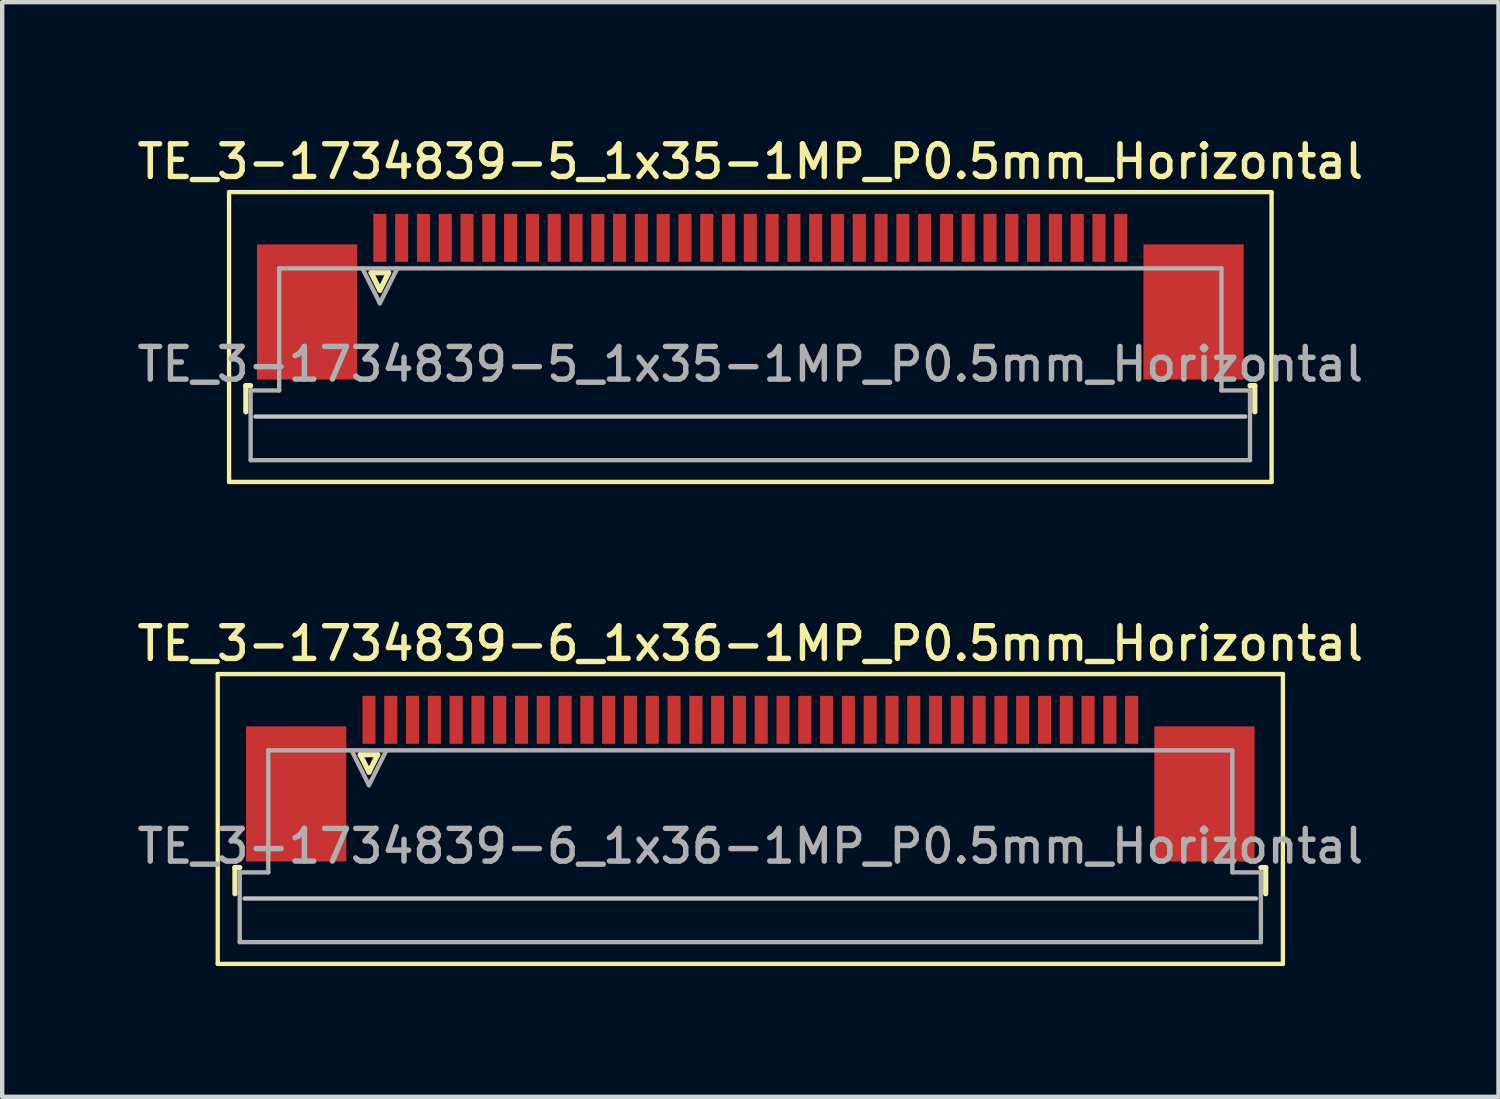
<source format=kicad_pcb>
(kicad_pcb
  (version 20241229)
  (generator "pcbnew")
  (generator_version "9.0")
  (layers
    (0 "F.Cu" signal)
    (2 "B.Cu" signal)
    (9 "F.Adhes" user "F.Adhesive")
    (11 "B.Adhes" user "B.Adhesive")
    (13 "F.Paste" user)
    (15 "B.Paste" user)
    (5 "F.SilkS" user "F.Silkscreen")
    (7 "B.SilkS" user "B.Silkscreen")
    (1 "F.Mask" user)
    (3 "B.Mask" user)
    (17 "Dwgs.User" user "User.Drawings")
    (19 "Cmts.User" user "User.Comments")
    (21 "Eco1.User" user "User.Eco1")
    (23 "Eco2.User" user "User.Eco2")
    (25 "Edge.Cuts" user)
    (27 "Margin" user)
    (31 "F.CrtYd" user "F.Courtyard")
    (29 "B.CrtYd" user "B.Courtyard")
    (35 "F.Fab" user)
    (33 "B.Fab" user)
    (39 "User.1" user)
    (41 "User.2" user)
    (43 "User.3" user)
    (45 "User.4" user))
  (footprint "TE_3-1734839-5_1x35-1MP_P0.5mm_Horizontal"
    (layer "F.Cu")
    (at 14.166 3.758)
    (property "Reference" "TE_3-1734839-5_1x35-1MP_P0.5mm_Horizontal" (at 0 -3.1 0) (layer "F.SilkS") (effects (font (size 0.75 0.75) (thickness 0.125))))
    (attr smd)
    (fp_line (start -11.96 -2.4) (end -11.96 4.25) (stroke (width 0.1) (type solid)) (layer "F.SilkS"))
    (fp_line (start -11.96 4.25) (end 11.96 4.25) (stroke (width 0.1) (type solid)) (layer "F.SilkS"))
    (fp_line (start -11.575 2.04) (end -11.575 2.64) (stroke (width 0.12) (type solid)) (layer "F.SilkS"))
    (fp_line (start -11.465 2.04) (end -11.575 2.04) (stroke (width 0.12) (type solid)) (layer "F.SilkS"))
    (fp_line (start -8.7 -0.55) (end -8.5 -0.15) (stroke (width 0.12) (type solid)) (layer "F.SilkS"))
    (fp_line (start -8.5 -0.15) (end -8.3 -0.55) (stroke (width 0.12) (type solid)) (layer "F.SilkS"))
    (fp_line (start -8.3 -0.55) (end -8.7 -0.55) (stroke (width 0.12) (type solid)) (layer "F.SilkS"))
    (fp_line (start 11.465 2.04) (end 11.575 2.04) (stroke (width 0.12) (type solid)) (layer "F.SilkS"))
    (fp_line (start 11.575 2.04) (end 11.575 2.64) (stroke (width 0.12) (type solid)) (layer "F.SilkS"))
    (fp_line (start 11.96 -2.4) (end -11.96 -2.4) (stroke (width 0.1) (type solid)) (layer "F.SilkS"))
    (fp_line (start 11.96 4.25) (end 11.96 -2.4) (stroke (width 0.1) (type solid)) (layer "F.SilkS"))
    (fp_line (start 11.355 2.75) (end -11.355 2.75) (stroke (width 0.1) (type solid)) (layer "Dwgs.User"))
    (fp_line (start -11.465 2.15) (end -10.81 2.15) (stroke (width 0.1) (type solid)) (layer "F.Fab"))
    (fp_line (start -11.465 3.75) (end -11.465 2.15) (stroke (width 0.1) (type solid)) (layer "F.Fab"))
    (fp_line (start -10.81 -0.65) (end 10.81 -0.65) (stroke (width 0.1) (type solid)) (layer "F.Fab"))
    (fp_line (start -10.81 2.15) (end -10.81 -0.65) (stroke (width 0.1) (type solid)) (layer "F.Fab"))
    (fp_line (start -8.9 -0.65) (end -8.5 0.15) (stroke (width 0.1) (type solid)) (layer "F.Fab"))
    (fp_line (start -8.5 0.15) (end -8.1 -0.65) (stroke (width 0.1) (type solid)) (layer "F.Fab"))
    (fp_line (start 10.81 -0.65) (end 10.81 2.15) (stroke (width 0.1) (type solid)) (layer "F.Fab"))
    (fp_line (start 10.81 2.15) (end 11.465 2.15) (stroke (width 0.1) (type solid)) (layer "F.Fab"))
    (fp_line (start 11.465 2.15) (end 11.465 3.75) (stroke (width 0.1) (type solid)) (layer "F.Fab"))
    (fp_line (start 11.465 3.75) (end -11.465 3.75) (stroke (width 0.1) (type solid)) (layer "F.Fab"))
    (fp_text user "${REFERENCE}" (at 0 1.55 0) (layer "F.Fab") (effects (font (size 0.75 0.75) (thickness 0.125))))
    (pad "1" smd rect (at -8.5 -1.35) (size 0.3 1.1) (layers "F.Cu" "F.Mask" "F.Paste"))
    (pad "2" smd rect (at -8 -1.35) (size 0.3 1.1) (layers "F.Cu" "F.Mask" "F.Paste"))
    (pad "3" smd rect (at -7.5 -1.35) (size 0.3 1.1) (layers "F.Cu" "F.Mask" "F.Paste"))
    (pad "4" smd rect (at -7 -1.35) (size 0.3 1.1) (layers "F.Cu" "F.Mask" "F.Paste"))
    (pad "5" smd rect (at -6.5 -1.35) (size 0.3 1.1) (layers "F.Cu" "F.Mask" "F.Paste"))
    (pad "6" smd rect (at -6 -1.35) (size 0.3 1.1) (layers "F.Cu" "F.Mask" "F.Paste"))
    (pad "7" smd rect (at -5.5 -1.35) (size 0.3 1.1) (layers "F.Cu" "F.Mask" "F.Paste"))
    (pad "8" smd rect (at -5 -1.35) (size 0.3 1.1) (layers "F.Cu" "F.Mask" "F.Paste"))
    (pad "9" smd rect (at -4.5 -1.35) (size 0.3 1.1) (layers "F.Cu" "F.Mask" "F.Paste"))
    (pad "10" smd rect (at -4 -1.35) (size 0.3 1.1) (layers "F.Cu" "F.Mask" "F.Paste"))
    (pad "11" smd rect (at -3.5 -1.35) (size 0.3 1.1) (layers "F.Cu" "F.Mask" "F.Paste"))
    (pad "12" smd rect (at -3 -1.35) (size 0.3 1.1) (layers "F.Cu" "F.Mask" "F.Paste"))
    (pad "13" smd rect (at -2.5 -1.35) (size 0.3 1.1) (layers "F.Cu" "F.Mask" "F.Paste"))
    (pad "14" smd rect (at -2 -1.35) (size 0.3 1.1) (layers "F.Cu" "F.Mask" "F.Paste"))
    (pad "15" smd rect (at -1.5 -1.35) (size 0.3 1.1) (layers "F.Cu" "F.Mask" "F.Paste"))
    (pad "16" smd rect (at -1 -1.35) (size 0.3 1.1) (layers "F.Cu" "F.Mask" "F.Paste"))
    (pad "17" smd rect (at -0.5 -1.35) (size 0.3 1.1) (layers "F.Cu" "F.Mask" "F.Paste"))
    (pad "18" smd rect (at 0 -1.35) (size 0.3 1.1) (layers "F.Cu" "F.Mask" "F.Paste"))
    (pad "19" smd rect (at 0.5 -1.35) (size 0.3 1.1) (layers "F.Cu" "F.Mask" "F.Paste"))
    (pad "20" smd rect (at 1 -1.35) (size 0.3 1.1) (layers "F.Cu" "F.Mask" "F.Paste"))
    (pad "21" smd rect (at 1.5 -1.35) (size 0.3 1.1) (layers "F.Cu" "F.Mask" "F.Paste"))
    (pad "22" smd rect (at 2 -1.35) (size 0.3 1.1) (layers "F.Cu" "F.Mask" "F.Paste"))
    (pad "23" smd rect (at 2.5 -1.35) (size 0.3 1.1) (layers "F.Cu" "F.Mask" "F.Paste"))
    (pad "24" smd rect (at 3 -1.35) (size 0.3 1.1) (layers "F.Cu" "F.Mask" "F.Paste"))
    (pad "25" smd rect (at 3.5 -1.35) (size 0.3 1.1) (layers "F.Cu" "F.Mask" "F.Paste"))
    (pad "26" smd rect (at 4 -1.35) (size 0.3 1.1) (layers "F.Cu" "F.Mask" "F.Paste"))
    (pad "27" smd rect (at 4.5 -1.35) (size 0.3 1.1) (layers "F.Cu" "F.Mask" "F.Paste"))
    (pad "28" smd rect (at 5 -1.35) (size 0.3 1.1) (layers "F.Cu" "F.Mask" "F.Paste"))
    (pad "29" smd rect (at 5.5 -1.35) (size 0.3 1.1) (layers "F.Cu" "F.Mask" "F.Paste"))
    (pad "30" smd rect (at 6 -1.35) (size 0.3 1.1) (layers "F.Cu" "F.Mask" "F.Paste"))
    (pad "31" smd rect (at 6.5 -1.35) (size 0.3 1.1) (layers "F.Cu" "F.Mask" "F.Paste"))
    (pad "32" smd rect (at 7 -1.35) (size 0.3 1.1) (layers "F.Cu" "F.Mask" "F.Paste"))
    (pad "33" smd rect (at 7.5 -1.35) (size 0.3 1.1) (layers "F.Cu" "F.Mask" "F.Paste"))
    (pad "34" smd rect (at 8 -1.35) (size 0.3 1.1) (layers "F.Cu" "F.Mask" "F.Paste"))
    (pad "35" smd rect (at 8.5 -1.35) (size 0.3 1.1) (layers "F.Cu" "F.Mask" "F.Paste"))
    (pad "MP" smd rect (at -10.17 0.35) (size 2.3 3.1) (layers "F.Cu" "F.Mask" "F.Paste"))
    (pad "MP" smd rect (at 10.17 0.35) (size 2.3 3.1) (layers "F.Cu" "F.Mask" "F.Paste")))
  (footprint "TE_3-1734839-6_1x36-1MP_P0.5mm_Horizontal"
    (layer "F.Cu")
    (at 14.166 14.816)
    (property "Reference" "TE_3-1734839-6_1x36-1MP_P0.5mm_Horizontal" (at 0 -3.1 0) (layer "F.SilkS") (effects (font (size 0.75 0.75) (thickness 0.125))))
    (attr smd)
    (fp_line (start -12.22 -2.4) (end -12.22 4.25) (stroke (width 0.1) (type solid)) (layer "F.SilkS"))
    (fp_line (start -12.22 4.25) (end 12.22 4.25) (stroke (width 0.1) (type solid)) (layer "F.SilkS"))
    (fp_line (start -11.825 2.04) (end -11.825 2.64) (stroke (width 0.12) (type solid)) (layer "F.SilkS"))
    (fp_line (start -11.715 2.04) (end -11.825 2.04) (stroke (width 0.12) (type solid)) (layer "F.SilkS"))
    (fp_line (start -8.95 -0.55) (end -8.75 -0.15) (stroke (width 0.12) (type solid)) (layer "F.SilkS"))
    (fp_line (start -8.75 -0.15) (end -8.55 -0.55) (stroke (width 0.12) (type solid)) (layer "F.SilkS"))
    (fp_line (start -8.55 -0.55) (end -8.95 -0.55) (stroke (width 0.12) (type solid)) (layer "F.SilkS"))
    (fp_line (start 11.715 2.04) (end 11.825 2.04) (stroke (width 0.12) (type solid)) (layer "F.SilkS"))
    (fp_line (start 11.825 2.04) (end 11.825 2.64) (stroke (width 0.12) (type solid)) (layer "F.SilkS"))
    (fp_line (start 12.22 -2.4) (end -12.22 -2.4) (stroke (width 0.1) (type solid)) (layer "F.SilkS"))
    (fp_line (start 12.22 4.25) (end 12.22 -2.4) (stroke (width 0.1) (type solid)) (layer "F.SilkS"))
    (fp_line (start 11.605 2.75) (end -11.605 2.75) (stroke (width 0.1) (type solid)) (layer "Dwgs.User"))
    (fp_line (start -11.715 2.15) (end -11.06 2.15) (stroke (width 0.1) (type solid)) (layer "F.Fab"))
    (fp_line (start -11.715 3.75) (end -11.715 2.15) (stroke (width 0.1) (type solid)) (layer "F.Fab"))
    (fp_line (start -11.06 -0.65) (end 11.06 -0.65) (stroke (width 0.1) (type solid)) (layer "F.Fab"))
    (fp_line (start -11.06 2.15) (end -11.06 -0.65) (stroke (width 0.1) (type solid)) (layer "F.Fab"))
    (fp_line (start -9.15 -0.65) (end -8.75 0.15) (stroke (width 0.1) (type solid)) (layer "F.Fab"))
    (fp_line (start -8.75 0.15) (end -8.35 -0.65) (stroke (width 0.1) (type solid)) (layer "F.Fab"))
    (fp_line (start 11.06 -0.65) (end 11.06 2.15) (stroke (width 0.1) (type solid)) (layer "F.Fab"))
    (fp_line (start 11.06 2.15) (end 11.715 2.15) (stroke (width 0.1) (type solid)) (layer "F.Fab"))
    (fp_line (start 11.715 2.15) (end 11.715 3.75) (stroke (width 0.1) (type solid)) (layer "F.Fab"))
    (fp_line (start 11.715 3.75) (end -11.715 3.75) (stroke (width 0.1) (type solid)) (layer "F.Fab"))
    (fp_text user "${REFERENCE}" (at 0 1.55 0) (layer "F.Fab") (effects (font (size 0.75 0.75) (thickness 0.125))))
    (pad "1" smd rect (at -8.75 -1.35) (size 0.3 1.1) (layers "F.Cu" "F.Mask" "F.Paste"))
    (pad "2" smd rect (at -8.25 -1.35) (size 0.3 1.1) (layers "F.Cu" "F.Mask" "F.Paste"))
    (pad "3" smd rect (at -7.75 -1.35) (size 0.3 1.1) (layers "F.Cu" "F.Mask" "F.Paste"))
    (pad "4" smd rect (at -7.25 -1.35) (size 0.3 1.1) (layers "F.Cu" "F.Mask" "F.Paste"))
    (pad "5" smd rect (at -6.75 -1.35) (size 0.3 1.1) (layers "F.Cu" "F.Mask" "F.Paste"))
    (pad "6" smd rect (at -6.25 -1.35) (size 0.3 1.1) (layers "F.Cu" "F.Mask" "F.Paste"))
    (pad "7" smd rect (at -5.75 -1.35) (size 0.3 1.1) (layers "F.Cu" "F.Mask" "F.Paste"))
    (pad "8" smd rect (at -5.25 -1.35) (size 0.3 1.1) (layers "F.Cu" "F.Mask" "F.Paste"))
    (pad "9" smd rect (at -4.75 -1.35) (size 0.3 1.1) (layers "F.Cu" "F.Mask" "F.Paste"))
    (pad "10" smd rect (at -4.25 -1.35) (size 0.3 1.1) (layers "F.Cu" "F.Mask" "F.Paste"))
    (pad "11" smd rect (at -3.75 -1.35) (size 0.3 1.1) (layers "F.Cu" "F.Mask" "F.Paste"))
    (pad "12" smd rect (at -3.25 -1.35) (size 0.3 1.1) (layers "F.Cu" "F.Mask" "F.Paste"))
    (pad "13" smd rect (at -2.75 -1.35) (size 0.3 1.1) (layers "F.Cu" "F.Mask" "F.Paste"))
    (pad "14" smd rect (at -2.25 -1.35) (size 0.3 1.1) (layers "F.Cu" "F.Mask" "F.Paste"))
    (pad "15" smd rect (at -1.75 -1.35) (size 0.3 1.1) (layers "F.Cu" "F.Mask" "F.Paste"))
    (pad "16" smd rect (at -1.25 -1.35) (size 0.3 1.1) (layers "F.Cu" "F.Mask" "F.Paste"))
    (pad "17" smd rect (at -0.75 -1.35) (size 0.3 1.1) (layers "F.Cu" "F.Mask" "F.Paste"))
    (pad "18" smd rect (at -0.25 -1.35) (size 0.3 1.1) (layers "F.Cu" "F.Mask" "F.Paste"))
    (pad "19" smd rect (at 0.25 -1.35) (size 0.3 1.1) (layers "F.Cu" "F.Mask" "F.Paste"))
    (pad "20" smd rect (at 0.75 -1.35) (size 0.3 1.1) (layers "F.Cu" "F.Mask" "F.Paste"))
    (pad "21" smd rect (at 1.25 -1.35) (size 0.3 1.1) (layers "F.Cu" "F.Mask" "F.Paste"))
    (pad "22" smd rect (at 1.75 -1.35) (size 0.3 1.1) (layers "F.Cu" "F.Mask" "F.Paste"))
    (pad "23" smd rect (at 2.25 -1.35) (size 0.3 1.1) (layers "F.Cu" "F.Mask" "F.Paste"))
    (pad "24" smd rect (at 2.75 -1.35) (size 0.3 1.1) (layers "F.Cu" "F.Mask" "F.Paste"))
    (pad "25" smd rect (at 3.25 -1.35) (size 0.3 1.1) (layers "F.Cu" "F.Mask" "F.Paste"))
    (pad "26" smd rect (at 3.75 -1.35) (size 0.3 1.1) (layers "F.Cu" "F.Mask" "F.Paste"))
    (pad "27" smd rect (at 4.25 -1.35) (size 0.3 1.1) (layers "F.Cu" "F.Mask" "F.Paste"))
    (pad "28" smd rect (at 4.75 -1.35) (size 0.3 1.1) (layers "F.Cu" "F.Mask" "F.Paste"))
    (pad "29" smd rect (at 5.25 -1.35) (size 0.3 1.1) (layers "F.Cu" "F.Mask" "F.Paste"))
    (pad "30" smd rect (at 5.75 -1.35) (size 0.3 1.1) (layers "F.Cu" "F.Mask" "F.Paste"))
    (pad "31" smd rect (at 6.25 -1.35) (size 0.3 1.1) (layers "F.Cu" "F.Mask" "F.Paste"))
    (pad "32" smd rect (at 6.75 -1.35) (size 0.3 1.1) (layers "F.Cu" "F.Mask" "F.Paste"))
    (pad "33" smd rect (at 7.25 -1.35) (size 0.3 1.1) (layers "F.Cu" "F.Mask" "F.Paste"))
    (pad "34" smd rect (at 7.75 -1.35) (size 0.3 1.1) (layers "F.Cu" "F.Mask" "F.Paste"))
    (pad "35" smd rect (at 8.25 -1.35) (size 0.3 1.1) (layers "F.Cu" "F.Mask" "F.Paste"))
    (pad "36" smd rect (at 8.75 -1.35) (size 0.3 1.1) (layers "F.Cu" "F.Mask" "F.Paste"))
    (pad "MP" smd rect (at -10.42 0.35) (size 2.3 3.1) (layers "F.Cu" "F.Mask" "F.Paste"))
    (pad "MP" smd rect (at 10.42 0.35) (size 2.3 3.1) (layers "F.Cu" "F.Mask" "F.Paste")))
  (gr_rect
    (start -3 -3)
    (end 31.332 22.116)
    (stroke (width 0.1) (type default))
    (fill no)
    (layer "Edge.Cuts")))
</source>
